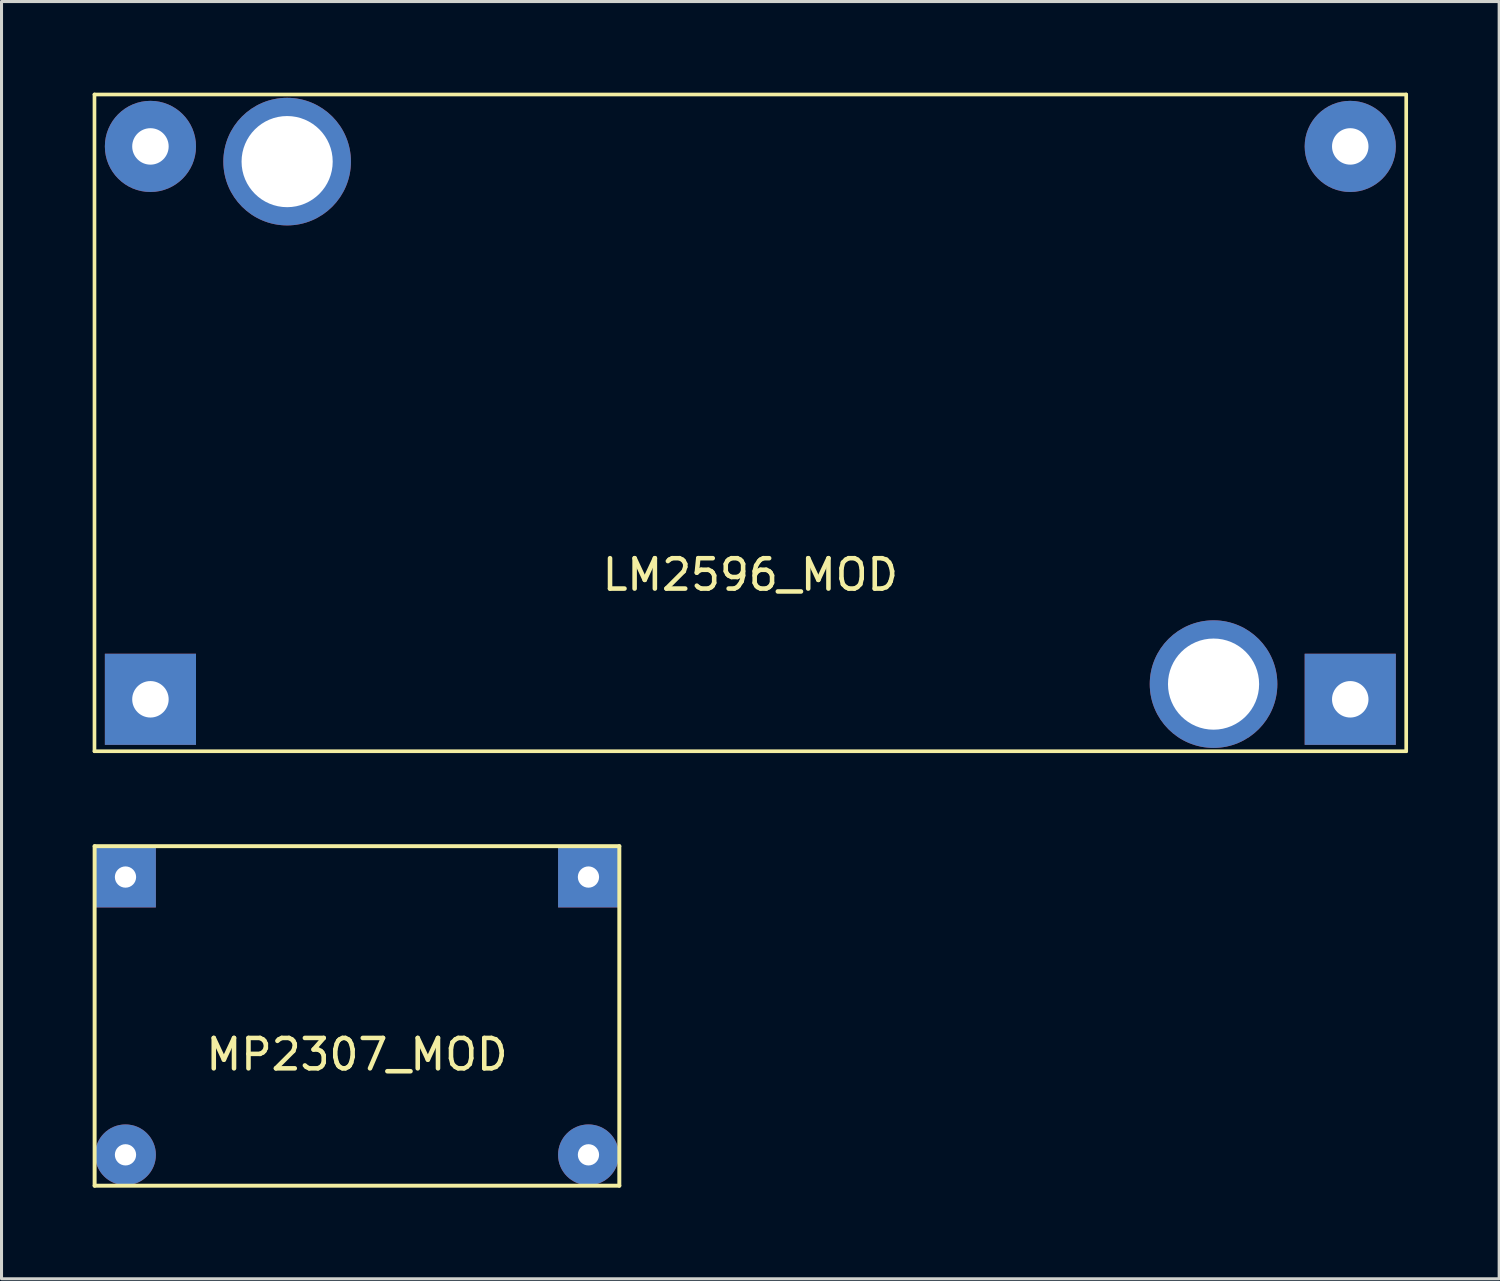
<source format=kicad_pcb>
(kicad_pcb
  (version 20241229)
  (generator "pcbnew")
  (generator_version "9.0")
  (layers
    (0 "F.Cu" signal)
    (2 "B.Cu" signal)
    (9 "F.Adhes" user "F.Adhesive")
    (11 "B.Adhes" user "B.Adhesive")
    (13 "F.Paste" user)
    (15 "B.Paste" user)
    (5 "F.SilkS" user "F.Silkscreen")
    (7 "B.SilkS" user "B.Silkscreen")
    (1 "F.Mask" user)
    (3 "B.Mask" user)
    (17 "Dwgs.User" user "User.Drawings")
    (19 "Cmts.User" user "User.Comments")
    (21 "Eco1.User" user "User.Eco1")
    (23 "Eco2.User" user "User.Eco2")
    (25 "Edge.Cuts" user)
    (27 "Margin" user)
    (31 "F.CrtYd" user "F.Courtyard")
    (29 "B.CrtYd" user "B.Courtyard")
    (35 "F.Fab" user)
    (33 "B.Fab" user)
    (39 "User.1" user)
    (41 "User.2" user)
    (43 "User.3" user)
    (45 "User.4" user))
  (footprint "MP2307_MOD"
    (layer "F.Cu")
    (at 8.701 30.393)
    (property "Reference" "MP2307_MOD" (at 0 1.27 0) (layer "F.SilkS") (effects (font (size 1 1) (thickness 0.15))))
    (attr through_hole)
    (fp_line (start -8.636 -5.588) (end -8.636 5.588) (stroke (width 0.13) (type solid)) (layer "F.SilkS"))
    (fp_line (start -8.636 -5.588) (end 8.636 -5.588) (stroke (width 0.13) (type solid)) (layer "F.SilkS"))
    (fp_line (start 8.636 -5.588) (end 8.636 5.588) (stroke (width 0.13) (type solid)) (layer "F.SilkS"))
    (fp_line (start 8.636 5.588) (end -8.636 5.588) (stroke (width 0.13) (type solid)) (layer "F.SilkS"))
    (pad "1" thru_hole circle (at -7.62 4.572) (size 2 2) (drill 0.7) (layers "*.Cu" "*.Mask"))
    (pad "2" thru_hole rect (at -7.62 -4.572) (size 2 2) (drill 0.7) (layers "*.Cu" "*.Mask"))
    (pad "3" thru_hole rect (at 7.62 -4.572) (size 2 2) (drill 0.7) (layers "*.Cu" "*.Mask"))
    (pad "4" thru_hole circle (at 7.62 4.572) (size 2 2) (drill 0.7) (layers "*.Cu" "*.Mask")))
  (footprint "LM2596_MOD"
    (layer "F.Cu")
    (at 21.65 10.87)
    (property "Reference" "LM2596_MOD" (at 0 5 0) (layer "F.SilkS") (effects (font (size 1 1) (thickness 0.15))))
    (attr through_hole)
    (fp_line (start -21.59 -10.81) (end -21.59 10.81) (stroke (width 0.12) (type solid)) (layer "F.SilkS"))
    (fp_line (start -21.59 -10.81) (end 21.59 -10.81) (stroke (width 0.12) (type solid)) (layer "F.SilkS"))
    (fp_line (start 21.59 -10.81) (end 21.59 10.81) (stroke (width 0.12) (type solid)) (layer "F.SilkS"))
    (fp_line (start 21.59 10.81) (end -21.59 10.81) (stroke (width 0.12) (type solid)) (layer "F.SilkS"))
    (pad "" thru_hole circle (at -15.248 -8.6) (size 4.2 4.2) (drill 3) (layers "*.Cu" "*.Mask"))
    (pad "" thru_hole circle (at 15.248 8.6) (size 4.2 4.2) (drill 3) (layers "*.Cu" "*.Mask"))
    (pad "1" thru_hole circle (at -19.748 -9.1) (size 3 3) (drill 1.2) (layers "*.Cu" "*.Mask"))
    (pad "2" thru_hole rect (at -19.748 9.1) (size 3 3) (drill 1.2) (layers "*.Cu" "*.Mask"))
    (pad "2" thru_hole rect (at 19.748 9.1) (size 3 3) (drill 1.2) (layers "*.Cu" "*.Mask"))
    (pad "3" thru_hole circle (at 19.748 -9.1) (size 3 3) (drill 1.2) (layers "*.Cu" "*.Mask")))
  (gr_rect
    (start -3 -3)
    (end 46.3 39.046)
    (stroke (width 0.1) (type default))
    (fill no)
    (layer "Edge.Cuts")))
</source>
